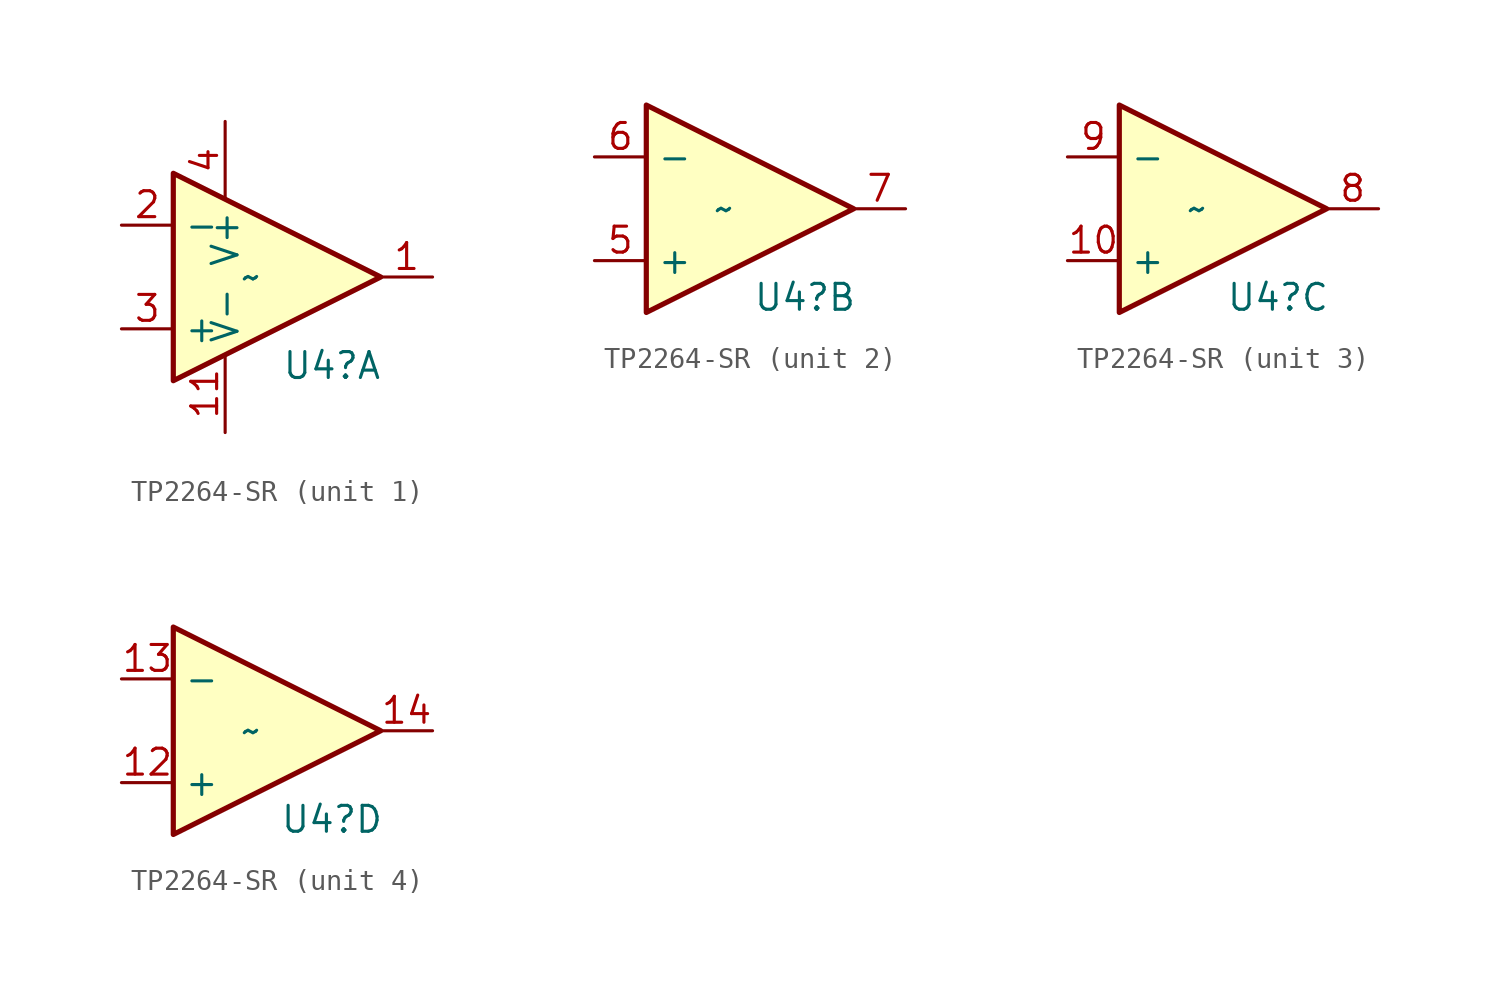
<source format=kicad_sym>
(kicad_symbol_lib
  (version 20220914)
  (generator kicad_symbol_editor)
  (symbol "TP2264-SR"
    (property "Reference" "U4"
      (at 3.962 -4.343 0)
      (effects (font (size 1.27 1.27))))
    (property "Value" "~"
      (at 0 0 0)
      (effects (font (size 1.27 1.27))))
    (property "ki_locked" ""
      (at 0 0 0)
      (effects (font (size 1.27 1.27))))
    (symbol "TP2264-SR_0_1"
      (polyline (pts (xy 6.35 0) (xy -3.81 5.08) (xy -3.81 -5.08) (xy 6.35 0)) (stroke (width 0.254) (type default)) (fill (type background))))
    (symbol "TP2264-SR_1_1"
      (pin output line (at 8.89 0 180) (length 2.54) (name "~" (effects (font (size 1.27 1.27)))) (number "1" (effects (font (size 1.27 1.27)))))
      (pin power_in line (at -1.27 -7.62 90) (length 3.81) (name "V-" (effects (font (size 1.27 1.27)))) (number "11" (effects (font (size 1.27 1.27)))))
      (pin input line (at -6.35 2.54 0) (length 2.54) (name "-" (effects (font (size 1.27 1.27)))) (number "2" (effects (font (size 1.27 1.27)))))
      (pin input line (at -6.35 -2.54 0) (length 2.54) (name "+" (effects (font (size 1.27 1.27)))) (number "3" (effects (font (size 1.27 1.27)))))
      (pin power_in line (at -1.27 7.62 270) (length 3.81) (name "V+" (effects (font (size 1.27 1.27)))) (number "4" (effects (font (size 1.27 1.27))))))
    (symbol "TP2264-SR_2_1"
      (pin input line (at -6.35 -2.54 0) (length 2.54) (name "+" (effects (font (size 1.27 1.27)))) (number "5" (effects (font (size 1.27 1.27)))))
      (pin input line (at -6.35 2.54 0) (length 2.54) (name "-" (effects (font (size 1.27 1.27)))) (number "6" (effects (font (size 1.27 1.27)))))
      (pin output line (at 8.89 0 180) (length 2.54) (name "~" (effects (font (size 1.27 1.27)))) (number "7" (effects (font (size 1.27 1.27))))))
    (symbol "TP2264-SR_3_1"
      (pin input line (at -6.35 -2.54 0) (length 2.54) (name "+" (effects (font (size 1.27 1.27)))) (number "10" (effects (font (size 1.27 1.27)))))
      (pin output line (at 8.89 0 180) (length 2.54) (name "~" (effects (font (size 1.27 1.27)))) (number "8" (effects (font (size 1.27 1.27)))))
      (pin input line (at -6.35 2.54 0) (length 2.54) (name "-" (effects (font (size 1.27 1.27)))) (number "9" (effects (font (size 1.27 1.27))))))
    (symbol "TP2264-SR_4_1"
      (pin input line (at -6.35 -2.54 0) (length 2.54) (name "+" (effects (font (size 1.27 1.27)))) (number "12" (effects (font (size 1.27 1.27)))))
      (pin input line (at -6.35 2.54 0) (length 2.54) (name "-" (effects (font (size 1.27 1.27)))) (number "13" (effects (font (size 1.27 1.27)))))
      (pin output line (at 8.89 0 180) (length 2.54) (name "~" (effects (font (size 1.27 1.27)))) (number "14" (effects (font (size 1.27 1.27))))))))
</source>
